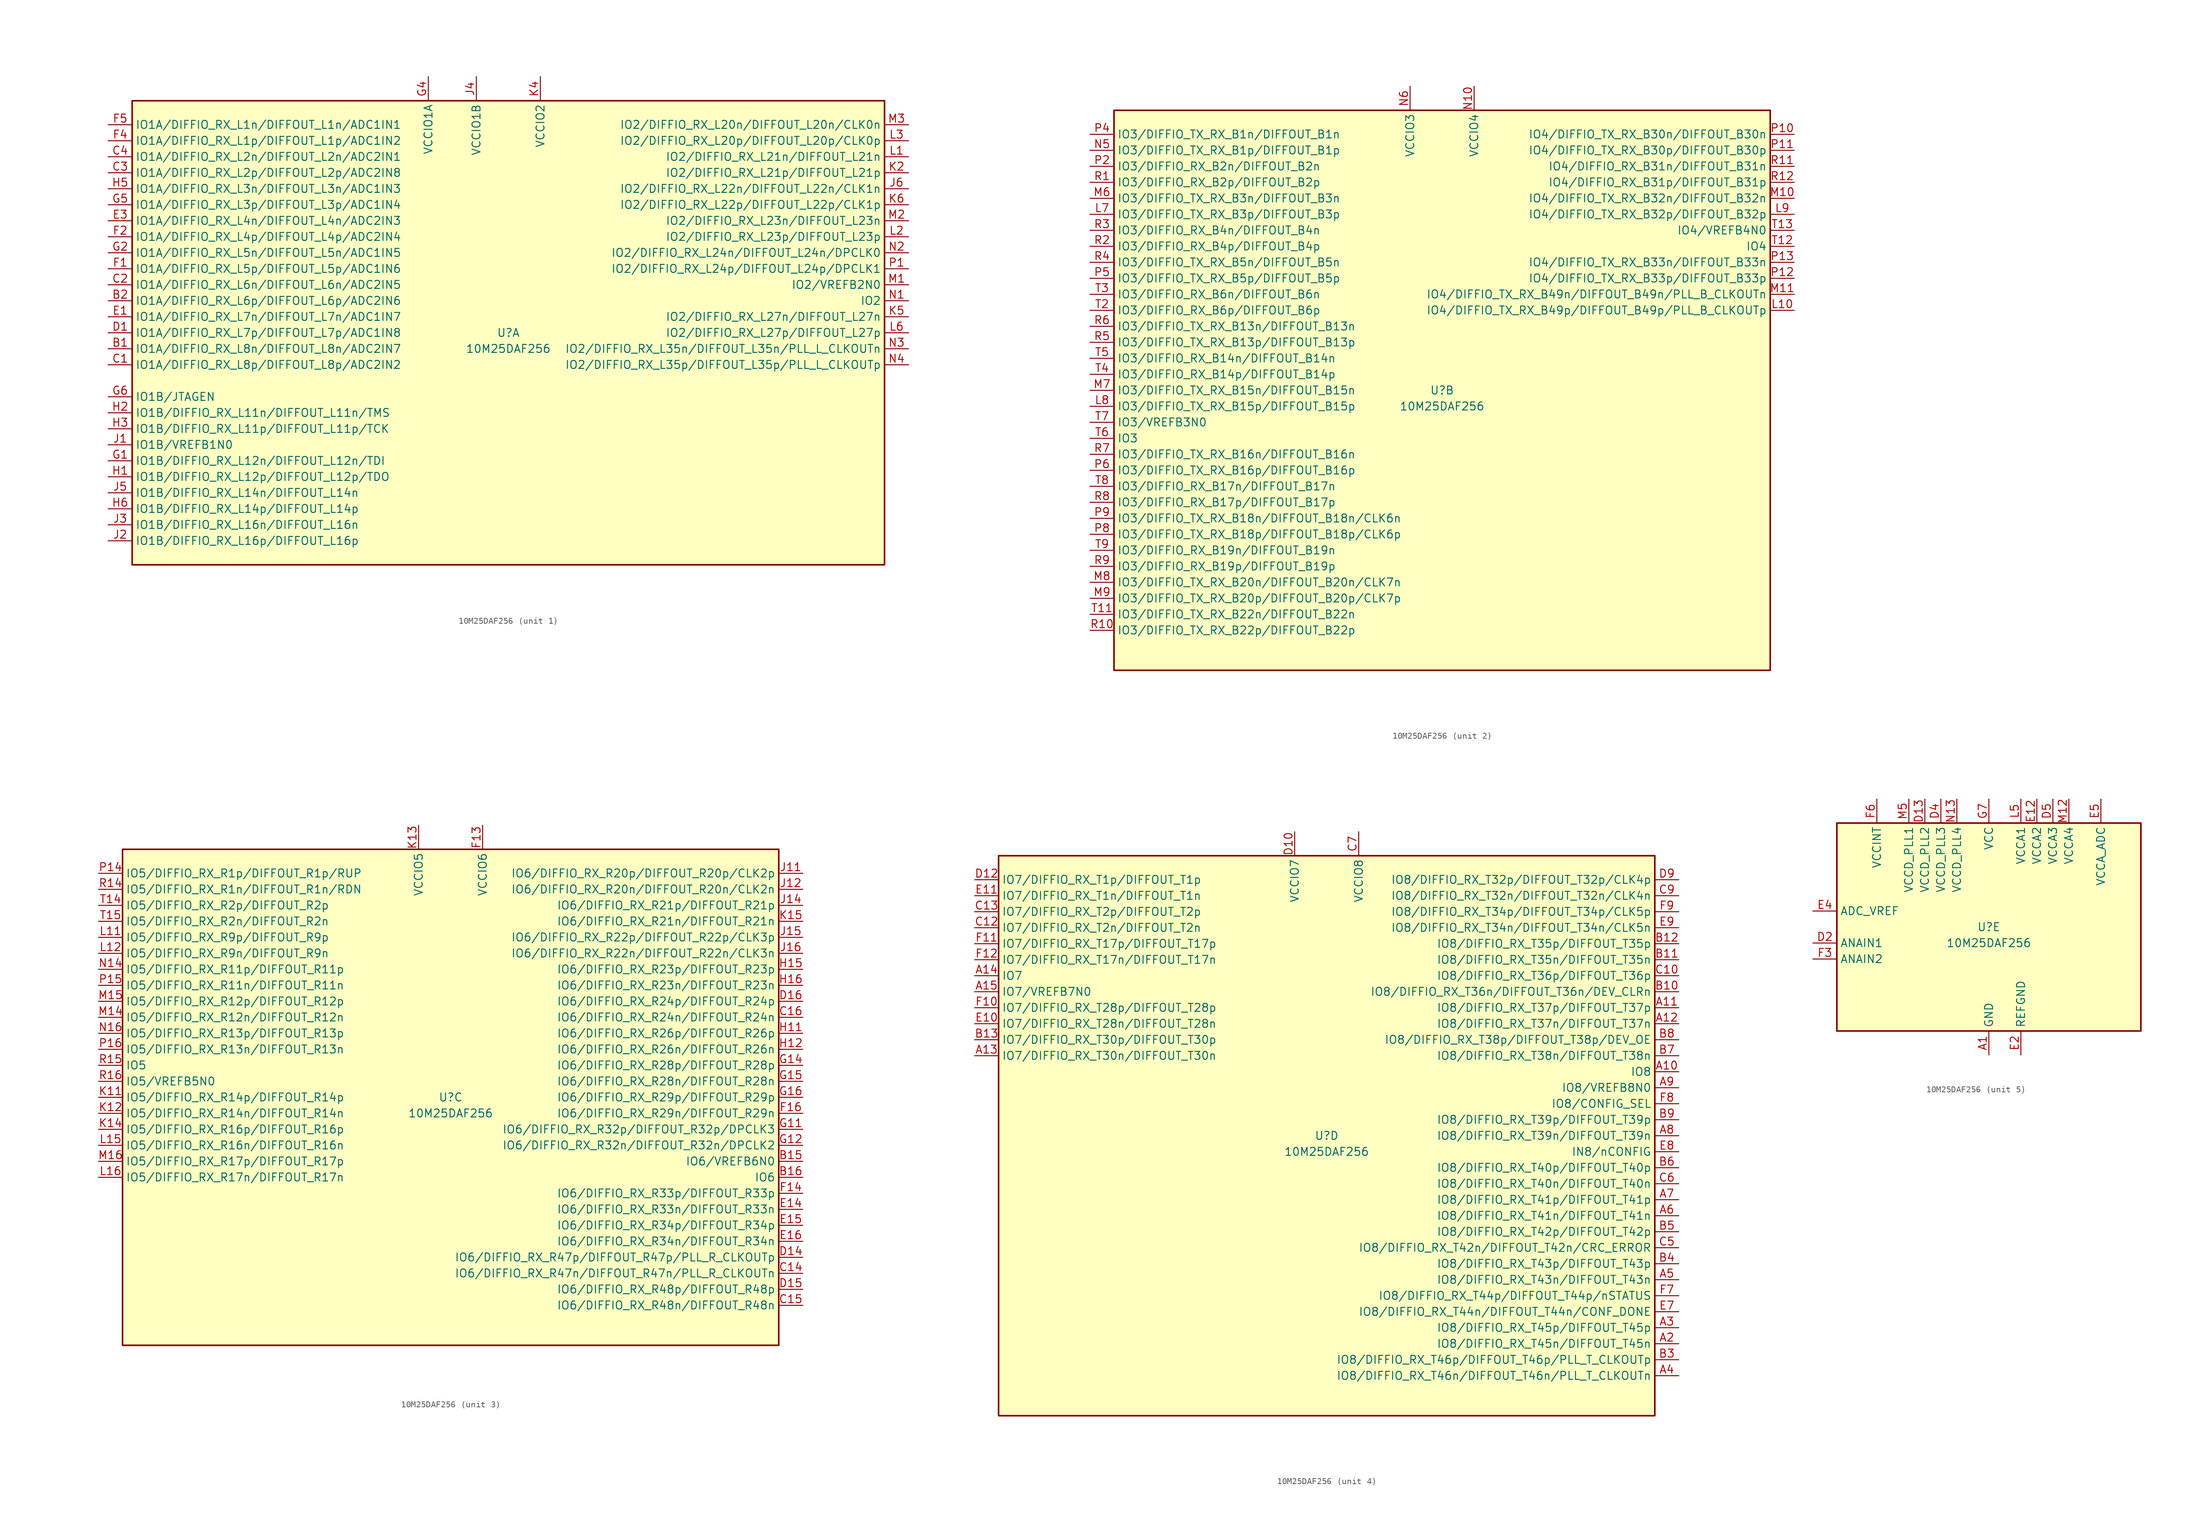
<source format=kicad_sym>
(kicad_symbol_lib
  (version 20220914)
  (generator kicad_symbol_editor)
  (symbol "10M25DAF256"
    (property "Reference" "U"
      (at 0 0 0)
      (effects (font (size 1.27 1.27))))
    (property "Value" "10M25DAF256"
      (at 0 -2.54 0)
      (effects (font (size 1.27 1.27))))
    (property "ki_locked" ""
      (at 0 0 0)
      (effects (font (size 1.27 1.27))))
    (symbol "10M25DAF256_1_1"
      (rectangle (start -59.69 36.83) (end 59.69 -36.83) (stroke (width 0.254) (type default)) (fill (type background)))
      (pin bidirectional line (at -63.5 -2.54 0) (length 3.81) (name "IO1A/DIFFIO_RX_L8n/DIFFOUT_L8n/ADC2IN7" (effects (font (size 1.27 1.27)))) (number "B1" (effects (font (size 1.27 1.27)))))
      (pin bidirectional line (at -63.5 5.08 0) (length 3.81) (name "IO1A/DIFFIO_RX_L6p/DIFFOUT_L6p/ADC2IN6" (effects (font (size 1.27 1.27)))) (number "B2" (effects (font (size 1.27 1.27)))))
      (pin bidirectional line (at -63.5 -5.08 0) (length 3.81) (name "IO1A/DIFFIO_RX_L8p/DIFFOUT_L8p/ADC2IN2" (effects (font (size 1.27 1.27)))) (number "C1" (effects (font (size 1.27 1.27)))))
      (pin bidirectional line (at -63.5 7.62 0) (length 3.81) (name "IO1A/DIFFIO_RX_L6n/DIFFOUT_L6n/ADC2IN5" (effects (font (size 1.27 1.27)))) (number "C2" (effects (font (size 1.27 1.27)))))
      (pin bidirectional line (at -63.5 25.4 0) (length 3.81) (name "IO1A/DIFFIO_RX_L2p/DIFFOUT_L2p/ADC2IN8" (effects (font (size 1.27 1.27)))) (number "C3" (effects (font (size 1.27 1.27)))))
      (pin bidirectional line (at -63.5 27.94 0) (length 3.81) (name "IO1A/DIFFIO_RX_L2n/DIFFOUT_L2n/ADC2IN1" (effects (font (size 1.27 1.27)))) (number "C4" (effects (font (size 1.27 1.27)))))
      (pin bidirectional line (at -63.5 0 0) (length 3.81) (name "IO1A/DIFFIO_RX_L7p/DIFFOUT_L7p/ADC1IN8" (effects (font (size 1.27 1.27)))) (number "D1" (effects (font (size 1.27 1.27)))))
      (pin bidirectional line (at -63.5 2.54 0) (length 3.81) (name "IO1A/DIFFIO_RX_L7n/DIFFOUT_L7n/ADC1IN7" (effects (font (size 1.27 1.27)))) (number "E1" (effects (font (size 1.27 1.27)))))
      (pin bidirectional line (at -63.5 17.78 0) (length 3.81) (name "IO1A/DIFFIO_RX_L4n/DIFFOUT_L4n/ADC2IN3" (effects (font (size 1.27 1.27)))) (number "E3" (effects (font (size 1.27 1.27)))))
      (pin bidirectional line (at -63.5 10.16 0) (length 3.81) (name "IO1A/DIFFIO_RX_L5p/DIFFOUT_L5p/ADC1IN6" (effects (font (size 1.27 1.27)))) (number "F1" (effects (font (size 1.27 1.27)))))
      (pin bidirectional line (at -63.5 15.24 0) (length 3.81) (name "IO1A/DIFFIO_RX_L4p/DIFFOUT_L4p/ADC2IN4" (effects (font (size 1.27 1.27)))) (number "F2" (effects (font (size 1.27 1.27)))))
      (pin bidirectional line (at -63.5 30.48 0) (length 3.81) (name "IO1A/DIFFIO_RX_L1p/DIFFOUT_L1p/ADC1IN2" (effects (font (size 1.27 1.27)))) (number "F4" (effects (font (size 1.27 1.27)))))
      (pin bidirectional line (at -63.5 33.02 0) (length 3.81) (name "IO1A/DIFFIO_RX_L1n/DIFFOUT_L1n/ADC1IN1" (effects (font (size 1.27 1.27)))) (number "F5" (effects (font (size 1.27 1.27)))))
      (pin bidirectional line (at -63.5 -20.32 0) (length 3.81) (name "IO1B/DIFFIO_RX_L12n/DIFFOUT_L12n/TDI" (effects (font (size 1.27 1.27)))) (number "G1" (effects (font (size 1.27 1.27)))))
      (pin bidirectional line (at -63.5 12.7 0) (length 3.81) (name "IO1A/DIFFIO_RX_L5n/DIFFOUT_L5n/ADC1IN5" (effects (font (size 1.27 1.27)))) (number "G2" (effects (font (size 1.27 1.27)))))
      (pin power_in line (at -12.7 40.64 270) (length 3.81) (name "VCCIO1A" (effects (font (size 1.27 1.27)))) (number "G4" (effects (font (size 1.27 1.27)))))
      (pin bidirectional line (at -63.5 20.32 0) (length 3.81) (name "IO1A/DIFFIO_RX_L3p/DIFFOUT_L3p/ADC1IN4" (effects (font (size 1.27 1.27)))) (number "G5" (effects (font (size 1.27 1.27)))))
      (pin bidirectional line (at -63.5 -10.16 0) (length 3.81) (name "IO1B/JTAGEN" (effects (font (size 1.27 1.27)))) (number "G6" (effects (font (size 1.27 1.27)))))
      (pin bidirectional line (at -63.5 -22.86 0) (length 3.81) (name "IO1B/DIFFIO_RX_L12p/DIFFOUT_L12p/TDO" (effects (font (size 1.27 1.27)))) (number "H1" (effects (font (size 1.27 1.27)))))
      (pin bidirectional line (at -63.5 -12.7 0) (length 3.81) (name "IO1B/DIFFIO_RX_L11n/DIFFOUT_L11n/TMS" (effects (font (size 1.27 1.27)))) (number "H2" (effects (font (size 1.27 1.27)))))
      (pin bidirectional line (at -63.5 -15.24 0) (length 3.81) (name "IO1B/DIFFIO_RX_L11p/DIFFOUT_L11p/TCK" (effects (font (size 1.27 1.27)))) (number "H3" (effects (font (size 1.27 1.27)))))
      (pin passive line (at -12.7 40.64 270) (length 3.81) hide (name "VCCIO1A" (effects (font (size 1.27 1.27)))) (number "H4" (effects (font (size 1.27 1.27)))))
      (pin bidirectional line (at -63.5 22.86 0) (length 3.81) (name "IO1A/DIFFIO_RX_L3n/DIFFOUT_L3n/ADC1IN3" (effects (font (size 1.27 1.27)))) (number "H5" (effects (font (size 1.27 1.27)))))
      (pin bidirectional line (at -63.5 -27.94 0) (length 3.81) (name "IO1B/DIFFIO_RX_L14p/DIFFOUT_L14p" (effects (font (size 1.27 1.27)))) (number "H6" (effects (font (size 1.27 1.27)))))
      (pin bidirectional line (at -63.5 -17.78 0) (length 3.81) (name "IO1B/VREFB1N0" (effects (font (size 1.27 1.27)))) (number "J1" (effects (font (size 1.27 1.27)))))
      (pin bidirectional line (at -63.5 -33.02 0) (length 3.81) (name "IO1B/DIFFIO_RX_L16p/DIFFOUT_L16p" (effects (font (size 1.27 1.27)))) (number "J2" (effects (font (size 1.27 1.27)))))
      (pin bidirectional line (at -63.5 -30.48 0) (length 3.81) (name "IO1B/DIFFIO_RX_L16n/DIFFOUT_L16n" (effects (font (size 1.27 1.27)))) (number "J3" (effects (font (size 1.27 1.27)))))
      (pin power_in line (at -5.08 40.64 270) (length 3.81) (name "VCCIO1B" (effects (font (size 1.27 1.27)))) (number "J4" (effects (font (size 1.27 1.27)))))
      (pin bidirectional line (at -63.5 -25.4 0) (length 3.81) (name "IO1B/DIFFIO_RX_L14n/DIFFOUT_L14n" (effects (font (size 1.27 1.27)))) (number "J5" (effects (font (size 1.27 1.27)))))
      (pin bidirectional line (at 63.5 22.86 180) (length 3.81) (name "IO2/DIFFIO_RX_L22n/DIFFOUT_L22n/CLK1n" (effects (font (size 1.27 1.27)))) (number "J6" (effects (font (size 1.27 1.27)))))
      (pin bidirectional line (at 63.5 25.4 180) (length 3.81) (name "IO2/DIFFIO_RX_L21p/DIFFOUT_L21p" (effects (font (size 1.27 1.27)))) (number "K2" (effects (font (size 1.27 1.27)))))
      (pin power_in line (at 5.08 40.64 270) (length 3.81) (name "VCCIO2" (effects (font (size 1.27 1.27)))) (number "K4" (effects (font (size 1.27 1.27)))))
      (pin bidirectional line (at 63.5 2.54 180) (length 3.81) (name "IO2/DIFFIO_RX_L27n/DIFFOUT_L27n" (effects (font (size 1.27 1.27)))) (number "K5" (effects (font (size 1.27 1.27)))))
      (pin bidirectional line (at 63.5 20.32 180) (length 3.81) (name "IO2/DIFFIO_RX_L22p/DIFFOUT_L22p/CLK1p" (effects (font (size 1.27 1.27)))) (number "K6" (effects (font (size 1.27 1.27)))))
      (pin bidirectional line (at 63.5 27.94 180) (length 3.81) (name "IO2/DIFFIO_RX_L21n/DIFFOUT_L21n" (effects (font (size 1.27 1.27)))) (number "L1" (effects (font (size 1.27 1.27)))))
      (pin bidirectional line (at 63.5 15.24 180) (length 3.81) (name "IO2/DIFFIO_RX_L23p/DIFFOUT_L23p" (effects (font (size 1.27 1.27)))) (number "L2" (effects (font (size 1.27 1.27)))))
      (pin bidirectional line (at 63.5 30.48 180) (length 3.81) (name "IO2/DIFFIO_RX_L20p/DIFFOUT_L20p/CLK0p" (effects (font (size 1.27 1.27)))) (number "L3" (effects (font (size 1.27 1.27)))))
      (pin passive line (at 5.08 40.64 270) (length 3.81) hide (name "VCCIO2" (effects (font (size 1.27 1.27)))) (number "L4" (effects (font (size 1.27 1.27)))))
      (pin bidirectional line (at 63.5 0 180) (length 3.81) (name "IO2/DIFFIO_RX_L27p/DIFFOUT_L27p" (effects (font (size 1.27 1.27)))) (number "L6" (effects (font (size 1.27 1.27)))))
      (pin bidirectional line (at 63.5 7.62 180) (length 3.81) (name "IO2/VREFB2N0" (effects (font (size 1.27 1.27)))) (number "M1" (effects (font (size 1.27 1.27)))))
      (pin bidirectional line (at 63.5 17.78 180) (length 3.81) (name "IO2/DIFFIO_RX_L23n/DIFFOUT_L23n" (effects (font (size 1.27 1.27)))) (number "M2" (effects (font (size 1.27 1.27)))))
      (pin bidirectional line (at 63.5 33.02 180) (length 3.81) (name "IO2/DIFFIO_RX_L20n/DIFFOUT_L20n/CLK0n" (effects (font (size 1.27 1.27)))) (number "M3" (effects (font (size 1.27 1.27)))))
      (pin bidirectional line (at 63.5 5.08 180) (length 3.81) (name "IO2" (effects (font (size 1.27 1.27)))) (number "N1" (effects (font (size 1.27 1.27)))))
      (pin bidirectional line (at 63.5 12.7 180) (length 3.81) (name "IO2/DIFFIO_RX_L24n/DIFFOUT_L24n/DPCLK0" (effects (font (size 1.27 1.27)))) (number "N2" (effects (font (size 1.27 1.27)))))
      (pin bidirectional line (at 63.5 -2.54 180) (length 3.81) (name "IO2/DIFFIO_RX_L35n/DIFFOUT_L35n/PLL_L_CLKOUTn" (effects (font (size 1.27 1.27)))) (number "N3" (effects (font (size 1.27 1.27)))))
      (pin bidirectional line (at 63.5 -5.08 180) (length 3.81) (name "IO2/DIFFIO_RX_L35p/DIFFOUT_L35p/PLL_L_CLKOUTp" (effects (font (size 1.27 1.27)))) (number "N4" (effects (font (size 1.27 1.27)))))
      (pin bidirectional line (at 63.5 10.16 180) (length 3.81) (name "IO2/DIFFIO_RX_L24p/DIFFOUT_L24p/DPCLK1" (effects (font (size 1.27 1.27)))) (number "P1" (effects (font (size 1.27 1.27))))))
    (symbol "10M25DAF256_2_1"
      (rectangle (start -52.07 44.45) (end 52.07 -44.45) (stroke (width 0.254) (type default)) (fill (type background)))
      (pin bidirectional line (at 55.88 12.7 180) (length 3.81) (name "IO4/DIFFIO_TX_RX_B49p/DIFFOUT_B49p/PLL_B_CLKOUTp" (effects (font (size 1.27 1.27)))) (number "L10" (effects (font (size 1.27 1.27)))))
      (pin bidirectional line (at -55.88 27.94 0) (length 3.81) (name "IO3/DIFFIO_TX_RX_B3p/DIFFOUT_B3p" (effects (font (size 1.27 1.27)))) (number "L7" (effects (font (size 1.27 1.27)))))
      (pin bidirectional line (at -55.88 -2.54 0) (length 3.81) (name "IO3/DIFFIO_TX_RX_B15p/DIFFOUT_B15p" (effects (font (size 1.27 1.27)))) (number "L8" (effects (font (size 1.27 1.27)))))
      (pin bidirectional line (at 55.88 27.94 180) (length 3.81) (name "IO4/DIFFIO_TX_RX_B32p/DIFFOUT_B32p" (effects (font (size 1.27 1.27)))) (number "L9" (effects (font (size 1.27 1.27)))))
      (pin bidirectional line (at 55.88 30.48 180) (length 3.81) (name "IO4/DIFFIO_TX_RX_B32n/DIFFOUT_B32n" (effects (font (size 1.27 1.27)))) (number "M10" (effects (font (size 1.27 1.27)))))
      (pin bidirectional line (at 55.88 15.24 180) (length 3.81) (name "IO4/DIFFIO_TX_RX_B49n/DIFFOUT_B49n/PLL_B_CLKOUTn" (effects (font (size 1.27 1.27)))) (number "M11" (effects (font (size 1.27 1.27)))))
      (pin bidirectional line (at -55.88 30.48 0) (length 3.81) (name "IO3/DIFFIO_TX_RX_B3n/DIFFOUT_B3n" (effects (font (size 1.27 1.27)))) (number "M6" (effects (font (size 1.27 1.27)))))
      (pin bidirectional line (at -55.88 0 0) (length 3.81) (name "IO3/DIFFIO_TX_RX_B15n/DIFFOUT_B15n" (effects (font (size 1.27 1.27)))) (number "M7" (effects (font (size 1.27 1.27)))))
      (pin bidirectional line (at -55.88 -30.48 0) (length 3.81) (name "IO3/DIFFIO_TX_RX_B20n/DIFFOUT_B20n/CLK7n" (effects (font (size 1.27 1.27)))) (number "M8" (effects (font (size 1.27 1.27)))))
      (pin bidirectional line (at -55.88 -33.02 0) (length 3.81) (name "IO3/DIFFIO_TX_RX_B20p/DIFFOUT_B20p/CLK7p" (effects (font (size 1.27 1.27)))) (number "M9" (effects (font (size 1.27 1.27)))))
      (pin power_in line (at 5.08 48.26 270) (length 3.81) (name "VCCIO4" (effects (font (size 1.27 1.27)))) (number "N10" (effects (font (size 1.27 1.27)))))
      (pin passive line (at 5.08 48.26 270) (length 3.81) hide (name "VCCIO4" (effects (font (size 1.27 1.27)))) (number "N11" (effects (font (size 1.27 1.27)))))
      (pin bidirectional line (at -55.88 38.1 0) (length 3.81) (name "IO3/DIFFIO_TX_RX_B1p/DIFFOUT_B1p" (effects (font (size 1.27 1.27)))) (number "N5" (effects (font (size 1.27 1.27)))))
      (pin power_in line (at -5.08 48.26 270) (length 3.81) (name "VCCIO3" (effects (font (size 1.27 1.27)))) (number "N6" (effects (font (size 1.27 1.27)))))
      (pin passive line (at -5.08 48.26 270) (length 3.81) hide (name "VCCIO3" (effects (font (size 1.27 1.27)))) (number "N7" (effects (font (size 1.27 1.27)))))
      (pin passive line (at -5.08 48.26 270) (length 3.81) hide (name "VCCIO3" (effects (font (size 1.27 1.27)))) (number "N8" (effects (font (size 1.27 1.27)))))
      (pin bidirectional line (at 55.88 40.64 180) (length 3.81) (name "IO4/DIFFIO_TX_RX_B30n/DIFFOUT_B30n" (effects (font (size 1.27 1.27)))) (number "P10" (effects (font (size 1.27 1.27)))))
      (pin bidirectional line (at 55.88 38.1 180) (length 3.81) (name "IO4/DIFFIO_TX_RX_B30p/DIFFOUT_B30p" (effects (font (size 1.27 1.27)))) (number "P11" (effects (font (size 1.27 1.27)))))
      (pin bidirectional line (at 55.88 17.78 180) (length 3.81) (name "IO4/DIFFIO_TX_RX_B33p/DIFFOUT_B33p" (effects (font (size 1.27 1.27)))) (number "P12" (effects (font (size 1.27 1.27)))))
      (pin bidirectional line (at 55.88 20.32 180) (length 3.81) (name "IO4/DIFFIO_TX_RX_B33n/DIFFOUT_B33n" (effects (font (size 1.27 1.27)))) (number "P13" (effects (font (size 1.27 1.27)))))
      (pin bidirectional line (at -55.88 35.56 0) (length 3.81) (name "IO3/DIFFIO_RX_B2n/DIFFOUT_B2n" (effects (font (size 1.27 1.27)))) (number "P2" (effects (font (size 1.27 1.27)))))
      (pin bidirectional line (at -55.88 40.64 0) (length 3.81) (name "IO3/DIFFIO_TX_RX_B1n/DIFFOUT_B1n" (effects (font (size 1.27 1.27)))) (number "P4" (effects (font (size 1.27 1.27)))))
      (pin bidirectional line (at -55.88 17.78 0) (length 3.81) (name "IO3/DIFFIO_TX_RX_B5p/DIFFOUT_B5p" (effects (font (size 1.27 1.27)))) (number "P5" (effects (font (size 1.27 1.27)))))
      (pin bidirectional line (at -55.88 -12.7 0) (length 3.81) (name "IO3/DIFFIO_TX_RX_B16p/DIFFOUT_B16p" (effects (font (size 1.27 1.27)))) (number "P6" (effects (font (size 1.27 1.27)))))
      (pin bidirectional line (at -55.88 -22.86 0) (length 3.81) (name "IO3/DIFFIO_TX_RX_B18p/DIFFOUT_B18p/CLK6p" (effects (font (size 1.27 1.27)))) (number "P8" (effects (font (size 1.27 1.27)))))
      (pin bidirectional line (at -55.88 -20.32 0) (length 3.81) (name "IO3/DIFFIO_TX_RX_B18n/DIFFOUT_B18n/CLK6n" (effects (font (size 1.27 1.27)))) (number "P9" (effects (font (size 1.27 1.27)))))
      (pin bidirectional line (at -55.88 33.02 0) (length 3.81) (name "IO3/DIFFIO_RX_B2p/DIFFOUT_B2p" (effects (font (size 1.27 1.27)))) (number "R1" (effects (font (size 1.27 1.27)))))
      (pin bidirectional line (at -55.88 -38.1 0) (length 3.81) (name "IO3/DIFFIO_TX_RX_B22p/DIFFOUT_B22p" (effects (font (size 1.27 1.27)))) (number "R10" (effects (font (size 1.27 1.27)))))
      (pin bidirectional line (at 55.88 35.56 180) (length 3.81) (name "IO4/DIFFIO_RX_B31n/DIFFOUT_B31n" (effects (font (size 1.27 1.27)))) (number "R11" (effects (font (size 1.27 1.27)))))
      (pin bidirectional line (at 55.88 33.02 180) (length 3.81) (name "IO4/DIFFIO_RX_B31p/DIFFOUT_B31p" (effects (font (size 1.27 1.27)))) (number "R12" (effects (font (size 1.27 1.27)))))
      (pin bidirectional line (at -55.88 22.86 0) (length 3.81) (name "IO3/DIFFIO_RX_B4p/DIFFOUT_B4p" (effects (font (size 1.27 1.27)))) (number "R2" (effects (font (size 1.27 1.27)))))
      (pin bidirectional line (at -55.88 25.4 0) (length 3.81) (name "IO3/DIFFIO_RX_B4n/DIFFOUT_B4n" (effects (font (size 1.27 1.27)))) (number "R3" (effects (font (size 1.27 1.27)))))
      (pin bidirectional line (at -55.88 20.32 0) (length 3.81) (name "IO3/DIFFIO_TX_RX_B5n/DIFFOUT_B5n" (effects (font (size 1.27 1.27)))) (number "R4" (effects (font (size 1.27 1.27)))))
      (pin bidirectional line (at -55.88 7.62 0) (length 3.81) (name "IO3/DIFFIO_TX_RX_B13p/DIFFOUT_B13p" (effects (font (size 1.27 1.27)))) (number "R5" (effects (font (size 1.27 1.27)))))
      (pin bidirectional line (at -55.88 10.16 0) (length 3.81) (name "IO3/DIFFIO_TX_RX_B13n/DIFFOUT_B13n" (effects (font (size 1.27 1.27)))) (number "R6" (effects (font (size 1.27 1.27)))))
      (pin bidirectional line (at -55.88 -10.16 0) (length 3.81) (name "IO3/DIFFIO_TX_RX_B16n/DIFFOUT_B16n" (effects (font (size 1.27 1.27)))) (number "R7" (effects (font (size 1.27 1.27)))))
      (pin bidirectional line (at -55.88 -17.78 0) (length 3.81) (name "IO3/DIFFIO_RX_B17p/DIFFOUT_B17p" (effects (font (size 1.27 1.27)))) (number "R8" (effects (font (size 1.27 1.27)))))
      (pin bidirectional line (at -55.88 -27.94 0) (length 3.81) (name "IO3/DIFFIO_RX_B19p/DIFFOUT_B19p" (effects (font (size 1.27 1.27)))) (number "R9" (effects (font (size 1.27 1.27)))))
      (pin bidirectional line (at -55.88 -35.56 0) (length 3.81) (name "IO3/DIFFIO_TX_RX_B22n/DIFFOUT_B22n" (effects (font (size 1.27 1.27)))) (number "T11" (effects (font (size 1.27 1.27)))))
      (pin bidirectional line (at 55.88 22.86 180) (length 3.81) (name "IO4" (effects (font (size 1.27 1.27)))) (number "T12" (effects (font (size 1.27 1.27)))))
      (pin bidirectional line (at 55.88 25.4 180) (length 3.81) (name "IO4/VREFB4N0" (effects (font (size 1.27 1.27)))) (number "T13" (effects (font (size 1.27 1.27)))))
      (pin bidirectional line (at -55.88 12.7 0) (length 3.81) (name "IO3/DIFFIO_RX_B6p/DIFFOUT_B6p" (effects (font (size 1.27 1.27)))) (number "T2" (effects (font (size 1.27 1.27)))))
      (pin bidirectional line (at -55.88 15.24 0) (length 3.81) (name "IO3/DIFFIO_RX_B6n/DIFFOUT_B6n" (effects (font (size 1.27 1.27)))) (number "T3" (effects (font (size 1.27 1.27)))))
      (pin bidirectional line (at -55.88 2.54 0) (length 3.81) (name "IO3/DIFFIO_RX_B14p/DIFFOUT_B14p" (effects (font (size 1.27 1.27)))) (number "T4" (effects (font (size 1.27 1.27)))))
      (pin bidirectional line (at -55.88 5.08 0) (length 3.81) (name "IO3/DIFFIO_RX_B14n/DIFFOUT_B14n" (effects (font (size 1.27 1.27)))) (number "T5" (effects (font (size 1.27 1.27)))))
      (pin bidirectional line (at -55.88 -7.62 0) (length 3.81) (name "IO3" (effects (font (size 1.27 1.27)))) (number "T6" (effects (font (size 1.27 1.27)))))
      (pin bidirectional line (at -55.88 -5.08 0) (length 3.81) (name "IO3/VREFB3N0" (effects (font (size 1.27 1.27)))) (number "T7" (effects (font (size 1.27 1.27)))))
      (pin bidirectional line (at -55.88 -15.24 0) (length 3.81) (name "IO3/DIFFIO_RX_B17n/DIFFOUT_B17n" (effects (font (size 1.27 1.27)))) (number "T8" (effects (font (size 1.27 1.27)))))
      (pin bidirectional line (at -55.88 -25.4 0) (length 3.81) (name "IO3/DIFFIO_RX_B19n/DIFFOUT_B19n" (effects (font (size 1.27 1.27)))) (number "T9" (effects (font (size 1.27 1.27))))))
    (symbol "10M25DAF256_3_1"
      (rectangle (start -52.07 39.37) (end 52.07 -39.37) (stroke (width 0.254) (type default)) (fill (type background)))
      (pin bidirectional line (at 55.88 -10.16 180) (length 3.81) (name "IO6/VREFB6N0" (effects (font (size 1.27 1.27)))) (number "B15" (effects (font (size 1.27 1.27)))))
      (pin bidirectional line (at 55.88 -12.7 180) (length 3.81) (name "IO6" (effects (font (size 1.27 1.27)))) (number "B16" (effects (font (size 1.27 1.27)))))
      (pin bidirectional line (at 55.88 -27.94 180) (length 3.81) (name "IO6/DIFFIO_RX_R47n/DIFFOUT_R47n/PLL_R_CLKOUTn" (effects (font (size 1.27 1.27)))) (number "C14" (effects (font (size 1.27 1.27)))))
      (pin bidirectional line (at 55.88 -33.02 180) (length 3.81) (name "IO6/DIFFIO_RX_R48n/DIFFOUT_R48n" (effects (font (size 1.27 1.27)))) (number "C15" (effects (font (size 1.27 1.27)))))
      (pin bidirectional line (at 55.88 12.7 180) (length 3.81) (name "IO6/DIFFIO_RX_R24n/DIFFOUT_R24n" (effects (font (size 1.27 1.27)))) (number "C16" (effects (font (size 1.27 1.27)))))
      (pin bidirectional line (at 55.88 -25.4 180) (length 3.81) (name "IO6/DIFFIO_RX_R47p/DIFFOUT_R47p/PLL_R_CLKOUTp" (effects (font (size 1.27 1.27)))) (number "D14" (effects (font (size 1.27 1.27)))))
      (pin bidirectional line (at 55.88 -30.48 180) (length 3.81) (name "IO6/DIFFIO_RX_R48p/DIFFOUT_R48p" (effects (font (size 1.27 1.27)))) (number "D15" (effects (font (size 1.27 1.27)))))
      (pin bidirectional line (at 55.88 15.24 180) (length 3.81) (name "IO6/DIFFIO_RX_R24p/DIFFOUT_R24p" (effects (font (size 1.27 1.27)))) (number "D16" (effects (font (size 1.27 1.27)))))
      (pin bidirectional line (at 55.88 -17.78 180) (length 3.81) (name "IO6/DIFFIO_RX_R33n/DIFFOUT_R33n" (effects (font (size 1.27 1.27)))) (number "E14" (effects (font (size 1.27 1.27)))))
      (pin bidirectional line (at 55.88 -20.32 180) (length 3.81) (name "IO6/DIFFIO_RX_R34p/DIFFOUT_R34p" (effects (font (size 1.27 1.27)))) (number "E15" (effects (font (size 1.27 1.27)))))
      (pin bidirectional line (at 55.88 -22.86 180) (length 3.81) (name "IO6/DIFFIO_RX_R34n/DIFFOUT_R34n" (effects (font (size 1.27 1.27)))) (number "E16" (effects (font (size 1.27 1.27)))))
      (pin power_in line (at 5.08 43.18 270) (length 3.81) (name "VCCIO6" (effects (font (size 1.27 1.27)))) (number "F13" (effects (font (size 1.27 1.27)))))
      (pin bidirectional line (at 55.88 -15.24 180) (length 3.81) (name "IO6/DIFFIO_RX_R33p/DIFFOUT_R33p" (effects (font (size 1.27 1.27)))) (number "F14" (effects (font (size 1.27 1.27)))))
      (pin bidirectional line (at 55.88 -2.54 180) (length 3.81) (name "IO6/DIFFIO_RX_R29n/DIFFOUT_R29n" (effects (font (size 1.27 1.27)))) (number "F16" (effects (font (size 1.27 1.27)))))
      (pin bidirectional line (at 55.88 -5.08 180) (length 3.81) (name "IO6/DIFFIO_RX_R32p/DIFFOUT_R32p/DPCLK3" (effects (font (size 1.27 1.27)))) (number "G11" (effects (font (size 1.27 1.27)))))
      (pin bidirectional line (at 55.88 -7.62 180) (length 3.81) (name "IO6/DIFFIO_RX_R32n/DIFFOUT_R32n/DPCLK2" (effects (font (size 1.27 1.27)))) (number "G12" (effects (font (size 1.27 1.27)))))
      (pin passive line (at 5.08 43.18 270) (length 3.81) hide (name "VCCIO6" (effects (font (size 1.27 1.27)))) (number "G13" (effects (font (size 1.27 1.27)))))
      (pin bidirectional line (at 55.88 5.08 180) (length 3.81) (name "IO6/DIFFIO_RX_R28p/DIFFOUT_R28p" (effects (font (size 1.27 1.27)))) (number "G14" (effects (font (size 1.27 1.27)))))
      (pin bidirectional line (at 55.88 2.54 180) (length 3.81) (name "IO6/DIFFIO_RX_R28n/DIFFOUT_R28n" (effects (font (size 1.27 1.27)))) (number "G15" (effects (font (size 1.27 1.27)))))
      (pin bidirectional line (at 55.88 0 180) (length 3.81) (name "IO6/DIFFIO_RX_R29p/DIFFOUT_R29p" (effects (font (size 1.27 1.27)))) (number "G16" (effects (font (size 1.27 1.27)))))
      (pin bidirectional line (at 55.88 10.16 180) (length 3.81) (name "IO6/DIFFIO_RX_R26p/DIFFOUT_R26p" (effects (font (size 1.27 1.27)))) (number "H11" (effects (font (size 1.27 1.27)))))
      (pin bidirectional line (at 55.88 7.62 180) (length 3.81) (name "IO6/DIFFIO_RX_R26n/DIFFOUT_R26n" (effects (font (size 1.27 1.27)))) (number "H12" (effects (font (size 1.27 1.27)))))
      (pin passive line (at 5.08 43.18 270) (length 3.81) hide (name "VCCIO6" (effects (font (size 1.27 1.27)))) (number "H13" (effects (font (size 1.27 1.27)))))
      (pin bidirectional line (at 55.88 20.32 180) (length 3.81) (name "IO6/DIFFIO_RX_R23p/DIFFOUT_R23p" (effects (font (size 1.27 1.27)))) (number "H15" (effects (font (size 1.27 1.27)))))
      (pin bidirectional line (at 55.88 17.78 180) (length 3.81) (name "IO6/DIFFIO_RX_R23n/DIFFOUT_R23n" (effects (font (size 1.27 1.27)))) (number "H16" (effects (font (size 1.27 1.27)))))
      (pin bidirectional line (at 55.88 35.56 180) (length 3.81) (name "IO6/DIFFIO_RX_R20p/DIFFOUT_R20p/CLK2p" (effects (font (size 1.27 1.27)))) (number "J11" (effects (font (size 1.27 1.27)))))
      (pin bidirectional line (at 55.88 33.02 180) (length 3.81) (name "IO6/DIFFIO_RX_R20n/DIFFOUT_R20n/CLK2n" (effects (font (size 1.27 1.27)))) (number "J12" (effects (font (size 1.27 1.27)))))
      (pin passive line (at 5.08 43.18 270) (length 3.81) hide (name "VCCIO6" (effects (font (size 1.27 1.27)))) (number "J13" (effects (font (size 1.27 1.27)))))
      (pin bidirectional line (at 55.88 30.48 180) (length 3.81) (name "IO6/DIFFIO_RX_R21p/DIFFOUT_R21p" (effects (font (size 1.27 1.27)))) (number "J14" (effects (font (size 1.27 1.27)))))
      (pin bidirectional line (at 55.88 25.4 180) (length 3.81) (name "IO6/DIFFIO_RX_R22p/DIFFOUT_R22p/CLK3p" (effects (font (size 1.27 1.27)))) (number "J15" (effects (font (size 1.27 1.27)))))
      (pin bidirectional line (at 55.88 22.86 180) (length 3.81) (name "IO6/DIFFIO_RX_R22n/DIFFOUT_R22n/CLK3n" (effects (font (size 1.27 1.27)))) (number "J16" (effects (font (size 1.27 1.27)))))
      (pin bidirectional line (at -55.88 0 0) (length 3.81) (name "IO5/DIFFIO_RX_R14p/DIFFOUT_R14p" (effects (font (size 1.27 1.27)))) (number "K11" (effects (font (size 1.27 1.27)))))
      (pin bidirectional line (at -55.88 -2.54 0) (length 3.81) (name "IO5/DIFFIO_RX_R14n/DIFFOUT_R14n" (effects (font (size 1.27 1.27)))) (number "K12" (effects (font (size 1.27 1.27)))))
      (pin power_in line (at -5.08 43.18 270) (length 3.81) (name "VCCIO5" (effects (font (size 1.27 1.27)))) (number "K13" (effects (font (size 1.27 1.27)))))
      (pin bidirectional line (at -55.88 -5.08 0) (length 3.81) (name "IO5/DIFFIO_RX_R16p/DIFFOUT_R16p" (effects (font (size 1.27 1.27)))) (number "K14" (effects (font (size 1.27 1.27)))))
      (pin bidirectional line (at 55.88 27.94 180) (length 3.81) (name "IO6/DIFFIO_RX_R21n/DIFFOUT_R21n" (effects (font (size 1.27 1.27)))) (number "K15" (effects (font (size 1.27 1.27)))))
      (pin bidirectional line (at -55.88 25.4 0) (length 3.81) (name "IO5/DIFFIO_RX_R9p/DIFFOUT_R9p" (effects (font (size 1.27 1.27)))) (number "L11" (effects (font (size 1.27 1.27)))))
      (pin bidirectional line (at -55.88 22.86 0) (length 3.81) (name "IO5/DIFFIO_RX_R9n/DIFFOUT_R9n" (effects (font (size 1.27 1.27)))) (number "L12" (effects (font (size 1.27 1.27)))))
      (pin passive line (at -5.08 43.18 270) (length 3.81) hide (name "VCCIO5" (effects (font (size 1.27 1.27)))) (number "L13" (effects (font (size 1.27 1.27)))))
      (pin bidirectional line (at -55.88 -7.62 0) (length 3.81) (name "IO5/DIFFIO_RX_R16n/DIFFOUT_R16n" (effects (font (size 1.27 1.27)))) (number "L15" (effects (font (size 1.27 1.27)))))
      (pin bidirectional line (at -55.88 -12.7 0) (length 3.81) (name "IO5/DIFFIO_RX_R17n/DIFFOUT_R17n" (effects (font (size 1.27 1.27)))) (number "L16" (effects (font (size 1.27 1.27)))))
      (pin passive line (at -5.08 43.18 270) (length 3.81) hide (name "VCCIO5" (effects (font (size 1.27 1.27)))) (number "M13" (effects (font (size 1.27 1.27)))))
      (pin bidirectional line (at -55.88 12.7 0) (length 3.81) (name "IO5/DIFFIO_RX_R12n/DIFFOUT_R12n" (effects (font (size 1.27 1.27)))) (number "M14" (effects (font (size 1.27 1.27)))))
      (pin bidirectional line (at -55.88 15.24 0) (length 3.81) (name "IO5/DIFFIO_RX_R12p/DIFFOUT_R12p" (effects (font (size 1.27 1.27)))) (number "M15" (effects (font (size 1.27 1.27)))))
      (pin bidirectional line (at -55.88 -10.16 0) (length 3.81) (name "IO5/DIFFIO_RX_R17p/DIFFOUT_R17p" (effects (font (size 1.27 1.27)))) (number "M16" (effects (font (size 1.27 1.27)))))
      (pin bidirectional line (at -55.88 20.32 0) (length 3.81) (name "IO5/DIFFIO_RX_R11p/DIFFOUT_R11p" (effects (font (size 1.27 1.27)))) (number "N14" (effects (font (size 1.27 1.27)))))
      (pin bidirectional line (at -55.88 10.16 0) (length 3.81) (name "IO5/DIFFIO_RX_R13p/DIFFOUT_R13p" (effects (font (size 1.27 1.27)))) (number "N16" (effects (font (size 1.27 1.27)))))
      (pin bidirectional line (at -55.88 35.56 0) (length 3.81) (name "IO5/DIFFIO_RX_R1p/DIFFOUT_R1p/RUP" (effects (font (size 1.27 1.27)))) (number "P14" (effects (font (size 1.27 1.27)))))
      (pin bidirectional line (at -55.88 17.78 0) (length 3.81) (name "IO5/DIFFIO_RX_R11n/DIFFOUT_R11n" (effects (font (size 1.27 1.27)))) (number "P15" (effects (font (size 1.27 1.27)))))
      (pin bidirectional line (at -55.88 7.62 0) (length 3.81) (name "IO5/DIFFIO_RX_R13n/DIFFOUT_R13n" (effects (font (size 1.27 1.27)))) (number "P16" (effects (font (size 1.27 1.27)))))
      (pin bidirectional line (at -55.88 33.02 0) (length 3.81) (name "IO5/DIFFIO_RX_R1n/DIFFOUT_R1n/RDN" (effects (font (size 1.27 1.27)))) (number "R14" (effects (font (size 1.27 1.27)))))
      (pin bidirectional line (at -55.88 5.08 0) (length 3.81) (name "IO5" (effects (font (size 1.27 1.27)))) (number "R15" (effects (font (size 1.27 1.27)))))
      (pin bidirectional line (at -55.88 2.54 0) (length 3.81) (name "IO5/VREFB5N0" (effects (font (size 1.27 1.27)))) (number "R16" (effects (font (size 1.27 1.27)))))
      (pin bidirectional line (at -55.88 30.48 0) (length 3.81) (name "IO5/DIFFIO_RX_R2p/DIFFOUT_R2p" (effects (font (size 1.27 1.27)))) (number "T14" (effects (font (size 1.27 1.27)))))
      (pin bidirectional line (at -55.88 27.94 0) (length 3.81) (name "IO5/DIFFIO_RX_R2n/DIFFOUT_R2n" (effects (font (size 1.27 1.27)))) (number "T15" (effects (font (size 1.27 1.27))))))
    (symbol "10M25DAF256_4_1"
      (rectangle (start -52.07 44.45) (end 52.07 -44.45) (stroke (width 0.254) (type default)) (fill (type background)))
      (pin bidirectional line (at 55.88 10.16 180) (length 3.81) (name "IO8" (effects (font (size 1.27 1.27)))) (number "A10" (effects (font (size 1.27 1.27)))))
      (pin bidirectional line (at 55.88 20.32 180) (length 3.81) (name "IO8/DIFFIO_RX_T37p/DIFFOUT_T37p" (effects (font (size 1.27 1.27)))) (number "A11" (effects (font (size 1.27 1.27)))))
      (pin bidirectional line (at 55.88 17.78 180) (length 3.81) (name "IO8/DIFFIO_RX_T37n/DIFFOUT_T37n" (effects (font (size 1.27 1.27)))) (number "A12" (effects (font (size 1.27 1.27)))))
      (pin bidirectional line (at -55.88 12.7 0) (length 3.81) (name "IO7/DIFFIO_RX_T30n/DIFFOUT_T30n" (effects (font (size 1.27 1.27)))) (number "A13" (effects (font (size 1.27 1.27)))))
      (pin bidirectional line (at -55.88 25.4 0) (length 3.81) (name "IO7" (effects (font (size 1.27 1.27)))) (number "A14" (effects (font (size 1.27 1.27)))))
      (pin bidirectional line (at -55.88 22.86 0) (length 3.81) (name "IO7/VREFB7N0" (effects (font (size 1.27 1.27)))) (number "A15" (effects (font (size 1.27 1.27)))))
      (pin bidirectional line (at 55.88 -33.02 180) (length 3.81) (name "IO8/DIFFIO_RX_T45n/DIFFOUT_T45n" (effects (font (size 1.27 1.27)))) (number "A2" (effects (font (size 1.27 1.27)))))
      (pin bidirectional line (at 55.88 -30.48 180) (length 3.81) (name "IO8/DIFFIO_RX_T45p/DIFFOUT_T45p" (effects (font (size 1.27 1.27)))) (number "A3" (effects (font (size 1.27 1.27)))))
      (pin bidirectional line (at 55.88 -38.1 180) (length 3.81) (name "IO8/DIFFIO_RX_T46n/DIFFOUT_T46n/PLL_T_CLKOUTn" (effects (font (size 1.27 1.27)))) (number "A4" (effects (font (size 1.27 1.27)))))
      (pin bidirectional line (at 55.88 -22.86 180) (length 3.81) (name "IO8/DIFFIO_RX_T43n/DIFFOUT_T43n" (effects (font (size 1.27 1.27)))) (number "A5" (effects (font (size 1.27 1.27)))))
      (pin bidirectional line (at 55.88 -12.7 180) (length 3.81) (name "IO8/DIFFIO_RX_T41n/DIFFOUT_T41n" (effects (font (size 1.27 1.27)))) (number "A6" (effects (font (size 1.27 1.27)))))
      (pin bidirectional line (at 55.88 -10.16 180) (length 3.81) (name "IO8/DIFFIO_RX_T41p/DIFFOUT_T41p" (effects (font (size 1.27 1.27)))) (number "A7" (effects (font (size 1.27 1.27)))))
      (pin bidirectional line (at 55.88 0 180) (length 3.81) (name "IO8/DIFFIO_RX_T39n/DIFFOUT_T39n" (effects (font (size 1.27 1.27)))) (number "A8" (effects (font (size 1.27 1.27)))))
      (pin bidirectional line (at 55.88 7.62 180) (length 3.81) (name "IO8/VREFB8N0" (effects (font (size 1.27 1.27)))) (number "A9" (effects (font (size 1.27 1.27)))))
      (pin bidirectional line (at 55.88 22.86 180) (length 3.81) (name "IO8/DIFFIO_RX_T36n/DIFFOUT_T36n/DEV_CLRn" (effects (font (size 1.27 1.27)))) (number "B10" (effects (font (size 1.27 1.27)))))
      (pin bidirectional line (at 55.88 27.94 180) (length 3.81) (name "IO8/DIFFIO_RX_T35n/DIFFOUT_T35n" (effects (font (size 1.27 1.27)))) (number "B11" (effects (font (size 1.27 1.27)))))
      (pin bidirectional line (at 55.88 30.48 180) (length 3.81) (name "IO8/DIFFIO_RX_T35p/DIFFOUT_T35p" (effects (font (size 1.27 1.27)))) (number "B12" (effects (font (size 1.27 1.27)))))
      (pin bidirectional line (at -55.88 15.24 0) (length 3.81) (name "IO7/DIFFIO_RX_T30p/DIFFOUT_T30p" (effects (font (size 1.27 1.27)))) (number "B13" (effects (font (size 1.27 1.27)))))
      (pin bidirectional line (at 55.88 -35.56 180) (length 3.81) (name "IO8/DIFFIO_RX_T46p/DIFFOUT_T46p/PLL_T_CLKOUTp" (effects (font (size 1.27 1.27)))) (number "B3" (effects (font (size 1.27 1.27)))))
      (pin bidirectional line (at 55.88 -20.32 180) (length 3.81) (name "IO8/DIFFIO_RX_T43p/DIFFOUT_T43p" (effects (font (size 1.27 1.27)))) (number "B4" (effects (font (size 1.27 1.27)))))
      (pin bidirectional line (at 55.88 -15.24 180) (length 3.81) (name "IO8/DIFFIO_RX_T42p/DIFFOUT_T42p" (effects (font (size 1.27 1.27)))) (number "B5" (effects (font (size 1.27 1.27)))))
      (pin bidirectional line (at 55.88 -5.08 180) (length 3.81) (name "IO8/DIFFIO_RX_T40p/DIFFOUT_T40p" (effects (font (size 1.27 1.27)))) (number "B6" (effects (font (size 1.27 1.27)))))
      (pin bidirectional line (at 55.88 12.7 180) (length 3.81) (name "IO8/DIFFIO_RX_T38n/DIFFOUT_T38n" (effects (font (size 1.27 1.27)))) (number "B7" (effects (font (size 1.27 1.27)))))
      (pin bidirectional line (at 55.88 15.24 180) (length 3.81) (name "IO8/DIFFIO_RX_T38p/DIFFOUT_T38p/DEV_OE" (effects (font (size 1.27 1.27)))) (number "B8" (effects (font (size 1.27 1.27)))))
      (pin bidirectional line (at 55.88 2.54 180) (length 3.81) (name "IO8/DIFFIO_RX_T39p/DIFFOUT_T39p" (effects (font (size 1.27 1.27)))) (number "B9" (effects (font (size 1.27 1.27)))))
      (pin bidirectional line (at 55.88 25.4 180) (length 3.81) (name "IO8/DIFFIO_RX_T36p/DIFFOUT_T36p" (effects (font (size 1.27 1.27)))) (number "C10" (effects (font (size 1.27 1.27)))))
      (pin bidirectional line (at -55.88 33.02 0) (length 3.81) (name "IO7/DIFFIO_RX_T2n/DIFFOUT_T2n" (effects (font (size 1.27 1.27)))) (number "C12" (effects (font (size 1.27 1.27)))))
      (pin bidirectional line (at -55.88 35.56 0) (length 3.81) (name "IO7/DIFFIO_RX_T2p/DIFFOUT_T2p" (effects (font (size 1.27 1.27)))) (number "C13" (effects (font (size 1.27 1.27)))))
      (pin bidirectional line (at 55.88 -17.78 180) (length 3.81) (name "IO8/DIFFIO_RX_T42n/DIFFOUT_T42n/CRC_ERROR" (effects (font (size 1.27 1.27)))) (number "C5" (effects (font (size 1.27 1.27)))))
      (pin bidirectional line (at 55.88 -7.62 180) (length 3.81) (name "IO8/DIFFIO_RX_T40n/DIFFOUT_T40n" (effects (font (size 1.27 1.27)))) (number "C6" (effects (font (size 1.27 1.27)))))
      (pin power_in line (at 5.08 48.26 270) (length 3.81) (name "VCCIO8" (effects (font (size 1.27 1.27)))) (number "C7" (effects (font (size 1.27 1.27)))))
      (pin bidirectional line (at 55.88 38.1 180) (length 3.81) (name "IO8/DIFFIO_RX_T32n/DIFFOUT_T32n/CLK4n" (effects (font (size 1.27 1.27)))) (number "C9" (effects (font (size 1.27 1.27)))))
      (pin power_in line (at -5.08 48.26 270) (length 3.81) (name "VCCIO7" (effects (font (size 1.27 1.27)))) (number "D10" (effects (font (size 1.27 1.27)))))
      (pin passive line (at -5.08 48.26 270) (length 3.81) hide (name "VCCIO7" (effects (font (size 1.27 1.27)))) (number "D11" (effects (font (size 1.27 1.27)))))
      (pin bidirectional line (at -55.88 40.64 0) (length 3.81) (name "IO7/DIFFIO_RX_T1p/DIFFOUT_T1p" (effects (font (size 1.27 1.27)))) (number "D12" (effects (font (size 1.27 1.27)))))
      (pin passive line (at 5.08 48.26 270) (length 3.81) hide (name "VCCIO8" (effects (font (size 1.27 1.27)))) (number "D7" (effects (font (size 1.27 1.27)))))
      (pin passive line (at 5.08 48.26 270) (length 3.81) hide (name "VCCIO8" (effects (font (size 1.27 1.27)))) (number "D8" (effects (font (size 1.27 1.27)))))
      (pin bidirectional line (at 55.88 40.64 180) (length 3.81) (name "IO8/DIFFIO_RX_T32p/DIFFOUT_T32p/CLK4p" (effects (font (size 1.27 1.27)))) (number "D9" (effects (font (size 1.27 1.27)))))
      (pin bidirectional line (at -55.88 17.78 0) (length 3.81) (name "IO7/DIFFIO_RX_T28n/DIFFOUT_T28n" (effects (font (size 1.27 1.27)))) (number "E10" (effects (font (size 1.27 1.27)))))
      (pin bidirectional line (at -55.88 38.1 0) (length 3.81) (name "IO7/DIFFIO_RX_T1n/DIFFOUT_T1n" (effects (font (size 1.27 1.27)))) (number "E11" (effects (font (size 1.27 1.27)))))
      (pin bidirectional line (at 55.88 -27.94 180) (length 3.81) (name "IO8/DIFFIO_RX_T44n/DIFFOUT_T44n/CONF_DONE" (effects (font (size 1.27 1.27)))) (number "E7" (effects (font (size 1.27 1.27)))))
      (pin input line (at 55.88 -2.54 180) (length 3.81) (name "IN8/nCONFIG" (effects (font (size 1.27 1.27)))) (number "E8" (effects (font (size 1.27 1.27)))))
      (pin bidirectional line (at 55.88 33.02 180) (length 3.81) (name "IO8/DIFFIO_RX_T34n/DIFFOUT_T34n/CLK5n" (effects (font (size 1.27 1.27)))) (number "E9" (effects (font (size 1.27 1.27)))))
      (pin bidirectional line (at -55.88 20.32 0) (length 3.81) (name "IO7/DIFFIO_RX_T28p/DIFFOUT_T28p" (effects (font (size 1.27 1.27)))) (number "F10" (effects (font (size 1.27 1.27)))))
      (pin bidirectional line (at -55.88 30.48 0) (length 3.81) (name "IO7/DIFFIO_RX_T17p/DIFFOUT_T17p" (effects (font (size 1.27 1.27)))) (number "F11" (effects (font (size 1.27 1.27)))))
      (pin bidirectional line (at -55.88 27.94 0) (length 3.81) (name "IO7/DIFFIO_RX_T17n/DIFFOUT_T17n" (effects (font (size 1.27 1.27)))) (number "F12" (effects (font (size 1.27 1.27)))))
      (pin bidirectional line (at 55.88 -25.4 180) (length 3.81) (name "IO8/DIFFIO_RX_T44p/DIFFOUT_T44p/nSTATUS" (effects (font (size 1.27 1.27)))) (number "F7" (effects (font (size 1.27 1.27)))))
      (pin bidirectional line (at 55.88 5.08 180) (length 3.81) (name "IO8/CONFIG_SEL" (effects (font (size 1.27 1.27)))) (number "F8" (effects (font (size 1.27 1.27)))))
      (pin bidirectional line (at 55.88 35.56 180) (length 3.81) (name "IO8/DIFFIO_RX_T34p/DIFFOUT_T34p/CLK5p" (effects (font (size 1.27 1.27)))) (number "F9" (effects (font (size 1.27 1.27))))))
    (symbol "10M25DAF256_5_1"
      (rectangle (start -24.13 16.51) (end 24.13 -16.51) (stroke (width 0.254) (type default)) (fill (type background)))
      (pin power_in line (at 0 -20.32 90) (length 3.81) (name "GND" (effects (font (size 1.27 1.27)))) (number "A1" (effects (font (size 1.27 1.27)))))
      (pin passive line (at 0 -20.32 90) (length 3.81) hide (name "GND" (effects (font (size 1.27 1.27)))) (number "A16" (effects (font (size 1.27 1.27)))))
      (pin passive line (at 0 -20.32 90) (length 3.81) hide (name "GND" (effects (font (size 1.27 1.27)))) (number "B14" (effects (font (size 1.27 1.27)))))
      (pin passive line (at 0 -20.32 90) (length 3.81) hide (name "GND" (effects (font (size 1.27 1.27)))) (number "C11" (effects (font (size 1.27 1.27)))))
      (pin passive line (at 0 -20.32 90) (length 3.81) hide (name "GND" (effects (font (size 1.27 1.27)))) (number "C8" (effects (font (size 1.27 1.27)))))
      (pin power_in line (at -10.16 20.32 270) (length 3.81) (name "VCCD_PLL2" (effects (font (size 1.27 1.27)))) (number "D13" (effects (font (size 1.27 1.27)))))
      (pin input line (at -27.94 -2.54 0) (length 3.81) (name "ANAIN1" (effects (font (size 1.27 1.27)))) (number "D2" (effects (font (size 1.27 1.27)))))
      (pin passive line (at 0 -20.32 90) (length 3.81) hide (name "GND" (effects (font (size 1.27 1.27)))) (number "D3" (effects (font (size 1.27 1.27)))))
      (pin power_in line (at -7.62 20.32 270) (length 3.81) (name "VCCD_PLL3" (effects (font (size 1.27 1.27)))) (number "D4" (effects (font (size 1.27 1.27)))))
      (pin power_in line (at 10.16 20.32 270) (length 3.81) (name "VCCA3" (effects (font (size 1.27 1.27)))) (number "D5" (effects (font (size 1.27 1.27)))))
      (pin passive line (at 0 -20.32 90) (length 3.81) hide (name "GND" (effects (font (size 1.27 1.27)))) (number "D6" (effects (font (size 1.27 1.27)))))
      (pin power_in line (at 7.62 20.32 270) (length 3.81) (name "VCCA2" (effects (font (size 1.27 1.27)))) (number "E12" (effects (font (size 1.27 1.27)))))
      (pin passive line (at 0 -20.32 90) (length 3.81) hide (name "GND" (effects (font (size 1.27 1.27)))) (number "E13" (effects (font (size 1.27 1.27)))))
      (pin power_in line (at 5.08 -20.32 90) (length 3.81) (name "REFGND" (effects (font (size 1.27 1.27)))) (number "E2" (effects (font (size 1.27 1.27)))))
      (pin input line (at -27.94 2.54 0) (length 3.81) (name "ADC_VREF" (effects (font (size 1.27 1.27)))) (number "E4" (effects (font (size 1.27 1.27)))))
      (pin power_in line (at 17.78 20.32 270) (length 3.81) (name "VCCA_ADC" (effects (font (size 1.27 1.27)))) (number "E5" (effects (font (size 1.27 1.27)))))
      (pin passive line (at 0 -20.32 90) (length 3.81) hide (name "GND" (effects (font (size 1.27 1.27)))) (number "E6" (effects (font (size 1.27 1.27)))))
      (pin passive line (at 0 -20.32 90) (length 3.81) hide (name "GND" (effects (font (size 1.27 1.27)))) (number "F15" (effects (font (size 1.27 1.27)))))
      (pin input line (at -27.94 -5.08 0) (length 3.81) (name "ANAIN2" (effects (font (size 1.27 1.27)))) (number "F3" (effects (font (size 1.27 1.27)))))
      (pin power_in line (at -17.78 20.32 270) (length 3.81) (name "VCCINT" (effects (font (size 1.27 1.27)))) (number "F6" (effects (font (size 1.27 1.27)))))
      (pin passive line (at 0 -20.32 90) (length 3.81) hide (name "GND" (effects (font (size 1.27 1.27)))) (number "G10" (effects (font (size 1.27 1.27)))))
      (pin passive line (at 0 -20.32 90) (length 3.81) hide (name "GND" (effects (font (size 1.27 1.27)))) (number "G3" (effects (font (size 1.27 1.27)))))
      (pin power_in line (at 0 20.32 270) (length 3.81) (name "VCC" (effects (font (size 1.27 1.27)))) (number "G7" (effects (font (size 1.27 1.27)))))
      (pin passive line (at 0 -20.32 90) (length 3.81) hide (name "GND" (effects (font (size 1.27 1.27)))) (number "G8" (effects (font (size 1.27 1.27)))))
      (pin passive line (at 0 20.32 270) (length 3.81) hide (name "VCC" (effects (font (size 1.27 1.27)))) (number "G9" (effects (font (size 1.27 1.27)))))
      (pin passive line (at 0 20.32 270) (length 3.81) hide (name "VCC" (effects (font (size 1.27 1.27)))) (number "H10" (effects (font (size 1.27 1.27)))))
      (pin passive line (at 0 -20.32 90) (length 3.81) hide (name "GND" (effects (font (size 1.27 1.27)))) (number "H14" (effects (font (size 1.27 1.27)))))
      (pin passive line (at 0 -20.32 90) (length 3.81) hide (name "GND" (effects (font (size 1.27 1.27)))) (number "H7" (effects (font (size 1.27 1.27)))))
      (pin passive line (at 0 20.32 270) (length 3.81) hide (name "VCC" (effects (font (size 1.27 1.27)))) (number "H8" (effects (font (size 1.27 1.27)))))
      (pin passive line (at 0 20.32 270) (length 3.81) hide (name "VCC" (effects (font (size 1.27 1.27)))) (number "H9" (effects (font (size 1.27 1.27)))))
      (pin passive line (at 0 -20.32 90) (length 3.81) hide (name "GND" (effects (font (size 1.27 1.27)))) (number "J10" (effects (font (size 1.27 1.27)))))
      (pin passive line (at 0 20.32 270) (length 3.81) hide (name "VCC" (effects (font (size 1.27 1.27)))) (number "J7" (effects (font (size 1.27 1.27)))))
      (pin passive line (at 0 20.32 270) (length 3.81) hide (name "VCC" (effects (font (size 1.27 1.27)))) (number "J8" (effects (font (size 1.27 1.27)))))
      (pin passive line (at 0 20.32 270) (length 3.81) hide (name "VCC" (effects (font (size 1.27 1.27)))) (number "J9" (effects (font (size 1.27 1.27)))))
      (pin passive line (at 0 -20.32 90) (length 3.81) hide (name "GND" (effects (font (size 1.27 1.27)))) (number "K1" (effects (font (size 1.27 1.27)))))
      (pin passive line (at 0 20.32 270) (length 3.81) hide (name "VCC" (effects (font (size 1.27 1.27)))) (number "K10" (effects (font (size 1.27 1.27)))))
      (pin passive line (at 0 -20.32 90) (length 3.81) hide (name "GND" (effects (font (size 1.27 1.27)))) (number "K16" (effects (font (size 1.27 1.27)))))
      (pin passive line (at 0 -20.32 90) (length 3.81) hide (name "GND" (effects (font (size 1.27 1.27)))) (number "K3" (effects (font (size 1.27 1.27)))))
      (pin passive line (at 0 -20.32 90) (length 3.81) hide (name "GND" (effects (font (size 1.27 1.27)))) (number "K7" (effects (font (size 1.27 1.27)))))
      (pin passive line (at 0 20.32 270) (length 3.81) hide (name "VCC" (effects (font (size 1.27 1.27)))) (number "K8" (effects (font (size 1.27 1.27)))))
      (pin passive line (at 0 -20.32 90) (length 3.81) hide (name "GND" (effects (font (size 1.27 1.27)))) (number "K9" (effects (font (size 1.27 1.27)))))
      (pin passive line (at 0 -20.32 90) (length 3.81) hide (name "GND" (effects (font (size 1.27 1.27)))) (number "L14" (effects (font (size 1.27 1.27)))))
      (pin power_in line (at 5.08 20.32 270) (length 3.81) (name "VCCA1" (effects (font (size 1.27 1.27)))) (number "L5" (effects (font (size 1.27 1.27)))))
      (pin power_in line (at 12.7 20.32 270) (length 3.81) (name "VCCA4" (effects (font (size 1.27 1.27)))) (number "M12" (effects (font (size 1.27 1.27)))))
      (pin passive line (at 0 -20.32 90) (length 3.81) hide (name "GND" (effects (font (size 1.27 1.27)))) (number "M4" (effects (font (size 1.27 1.27)))))
      (pin power_in line (at -12.7 20.32 270) (length 3.81) (name "VCCD_PLL1" (effects (font (size 1.27 1.27)))) (number "M5" (effects (font (size 1.27 1.27)))))
      (pin passive line (at 0 -20.32 90) (length 3.81) hide (name "GND" (effects (font (size 1.27 1.27)))) (number "N12" (effects (font (size 1.27 1.27)))))
      (pin power_in line (at -5.08 20.32 270) (length 3.81) (name "VCCD_PLL4" (effects (font (size 1.27 1.27)))) (number "N13" (effects (font (size 1.27 1.27)))))
      (pin passive line (at 0 -20.32 90) (length 3.81) hide (name "GND" (effects (font (size 1.27 1.27)))) (number "N15" (effects (font (size 1.27 1.27)))))
      (pin passive line (at 0 -20.32 90) (length 3.81) hide (name "GND" (effects (font (size 1.27 1.27)))) (number "N9" (effects (font (size 1.27 1.27)))))
      (pin passive line (at 0 -20.32 90) (length 3.81) hide (name "GND" (effects (font (size 1.27 1.27)))) (number "P3" (effects (font (size 1.27 1.27)))))
      (pin passive line (at 0 -20.32 90) (length 3.81) hide (name "GND" (effects (font (size 1.27 1.27)))) (number "P7" (effects (font (size 1.27 1.27)))))
      (pin passive line (at 0 -20.32 90) (length 3.81) hide (name "GND" (effects (font (size 1.27 1.27)))) (number "R13" (effects (font (size 1.27 1.27)))))
      (pin passive line (at 0 -20.32 90) (length 3.81) hide (name "GND" (effects (font (size 1.27 1.27)))) (number "T1" (effects (font (size 1.27 1.27)))))
      (pin passive line (at 0 -20.32 90) (length 3.81) hide (name "GND" (effects (font (size 1.27 1.27)))) (number "T10" (effects (font (size 1.27 1.27)))))
      (pin passive line (at 0 -20.32 90) (length 3.81) hide (name "GND" (effects (font (size 1.27 1.27)))) (number "T16" (effects (font (size 1.27 1.27))))))))
</source>
